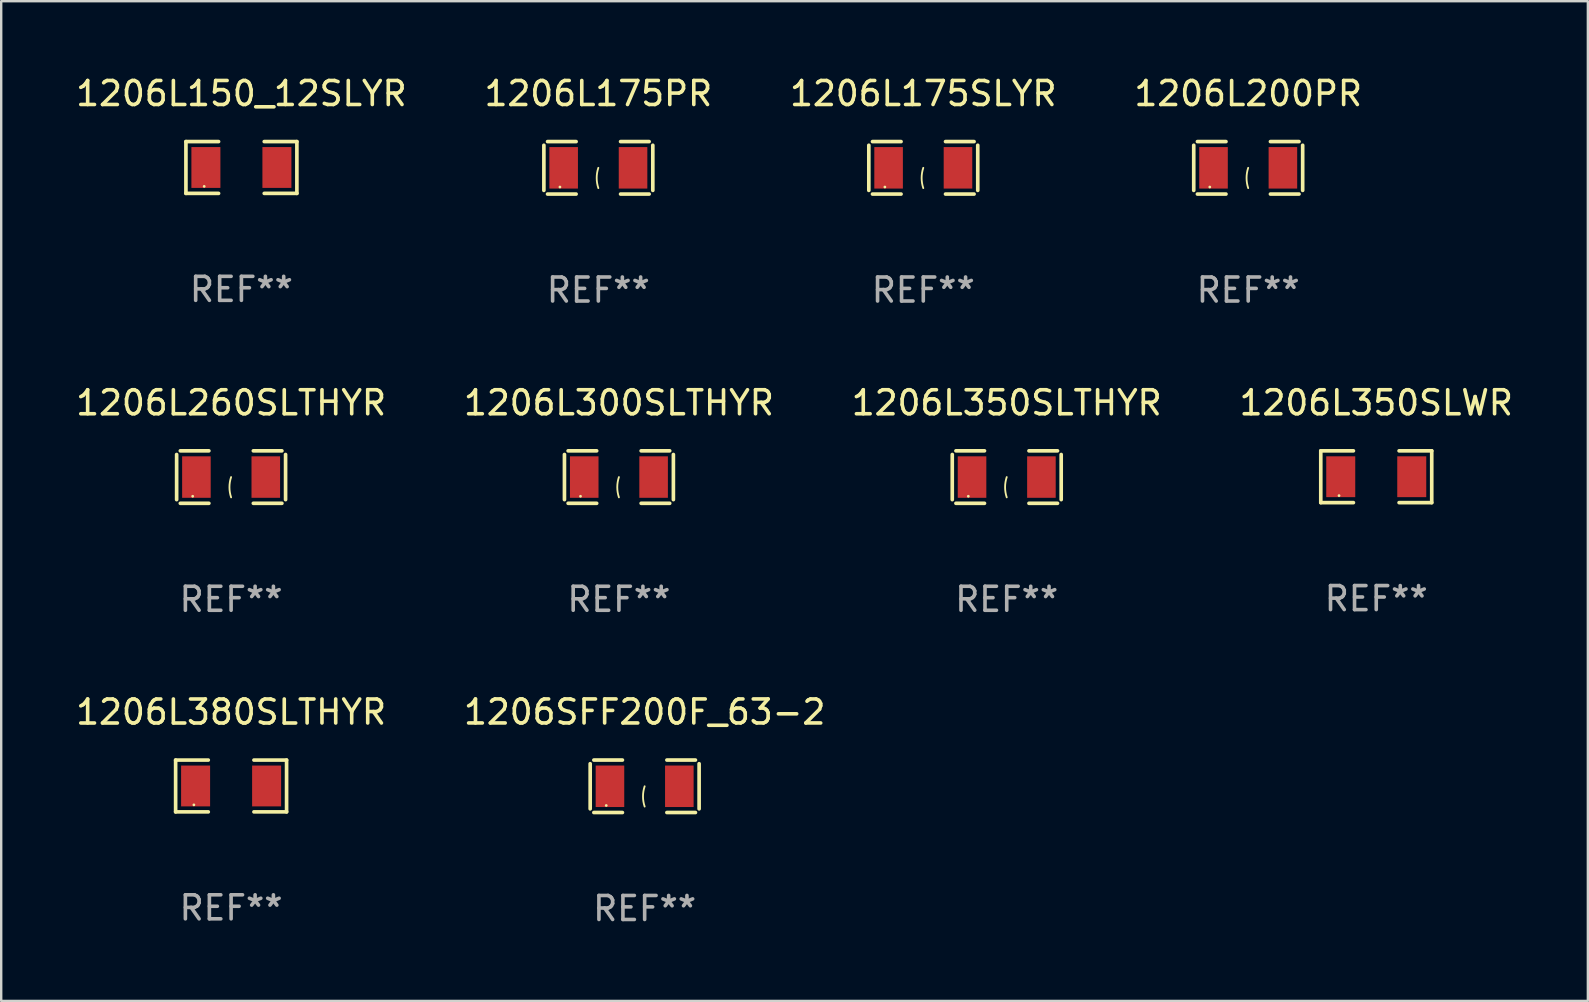
<source format=kicad_pcb>
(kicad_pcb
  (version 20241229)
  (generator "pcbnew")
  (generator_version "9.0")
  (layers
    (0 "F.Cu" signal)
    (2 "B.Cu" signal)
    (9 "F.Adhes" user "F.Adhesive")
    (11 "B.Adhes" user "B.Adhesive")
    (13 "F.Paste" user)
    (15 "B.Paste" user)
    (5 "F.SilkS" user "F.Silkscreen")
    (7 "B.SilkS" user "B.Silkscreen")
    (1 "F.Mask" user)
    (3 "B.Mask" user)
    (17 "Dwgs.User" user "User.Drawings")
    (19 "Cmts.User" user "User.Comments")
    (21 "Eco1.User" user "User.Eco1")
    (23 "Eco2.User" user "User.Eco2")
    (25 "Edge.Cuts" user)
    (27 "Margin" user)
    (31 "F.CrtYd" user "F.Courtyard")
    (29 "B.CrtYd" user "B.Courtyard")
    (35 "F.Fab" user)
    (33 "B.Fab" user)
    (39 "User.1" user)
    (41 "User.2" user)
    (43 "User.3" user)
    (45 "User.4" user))
  (footprint "1206L175SLYR"
    (layer "F.Cu")
    (at 35.411 3.941)
    (property "Reference" "1206L175SLYR" (at 0 -3.093 0) (layer "F.SilkS") (effects (font (size 1 1) (thickness 0.15))))
    (attr through_hole)
    (fp_line (start -2.269 -0.94) (end -2.269 0.94) (stroke (width 0.152) (type solid)) (layer "F.SilkS"))
    (fp_line (start -2.116 1.093) (end -0.926 1.093) (stroke (width 0.152) (type solid)) (layer "F.SilkS"))
    (fp_line (start -0.926 -1.093) (end -2.116 -1.093) (stroke (width 0.152) (type solid)) (layer "F.SilkS"))
    (fp_line (start 0.926 -1.093) (end 2.116 -1.093) (stroke (width 0.152) (type solid)) (layer "F.SilkS"))
    (fp_line (start 2.116 1.093) (end 0.926 1.093) (stroke (width 0.152) (type solid)) (layer "F.SilkS"))
    (fp_line (start 2.269 -0.94) (end 2.269 0.94) (stroke (width 0.152) (type solid)) (layer "F.SilkS"))
    (fp_arc (start 0 0.844951) (mid -0.068559 0.422475) (end 0 0) (stroke (width 0.0762) (type solid)) (layer "F.SilkS"))
    (fp_circle (center -1.6 0.8) (end -1.57 0.8) (stroke (width 0.06) (type solid)) (fill no) (layer "F.SilkS"))
    (fp_text user "REF**" (at 0 5.093 0) (layer "F.Fab") (effects (font (size 1 1) (thickness 0.15))))
    (pad "1" smd rect (at -1.445 0) (size 1.19 1.728) (layers "F.Cu" "F.Mask" "F.Paste"))
    (pad "2" smd rect (at 1.445 0) (size 1.19 1.728) (layers "F.Cu" "F.Mask" "F.Paste")))
  (footprint "1206L260SLTHYR"
    (layer "F.Cu")
    (at 6.577 16.823)
    (property "Reference" "1206L260SLTHYR" (at 0 -3.093 0) (layer "F.SilkS") (effects (font (size 1 1) (thickness 0.15))))
    (attr through_hole)
    (fp_line (start -2.269 -0.94) (end -2.269 0.94) (stroke (width 0.152) (type solid)) (layer "F.SilkS"))
    (fp_line (start -2.116 1.093) (end -0.926 1.093) (stroke (width 0.152) (type solid)) (layer "F.SilkS"))
    (fp_line (start -0.926 -1.093) (end -2.116 -1.093) (stroke (width 0.152) (type solid)) (layer "F.SilkS"))
    (fp_line (start 0.926 -1.093) (end 2.116 -1.093) (stroke (width 0.152) (type solid)) (layer "F.SilkS"))
    (fp_line (start 2.116 1.093) (end 0.926 1.093) (stroke (width 0.152) (type solid)) (layer "F.SilkS"))
    (fp_line (start 2.269 -0.94) (end 2.269 0.94) (stroke (width 0.152) (type solid)) (layer "F.SilkS"))
    (fp_arc (start 0 0.844951) (mid -0.068559 0.422475) (end 0 0) (stroke (width 0.0762) (type solid)) (layer "F.SilkS"))
    (fp_circle (center -1.6 0.8) (end -1.57 0.8) (stroke (width 0.06) (type solid)) (fill no) (layer "F.SilkS"))
    (fp_text user "REF**" (at 0 5.093 0) (layer "F.Fab") (effects (font (size 1 1) (thickness 0.15))))
    (pad "1" smd rect (at -1.445 0) (size 1.19 1.728) (layers "F.Cu" "F.Mask" "F.Paste"))
    (pad "2" smd rect (at 1.445 0) (size 1.19 1.728) (layers "F.Cu" "F.Mask" "F.Paste")))
  (footprint "1206L150_12SLYR"
    (layer "F.Cu")
    (at 7.006 3.927)
    (property "Reference" "1206L150_12SLYR" (at 0 -3.079 0) (layer "F.SilkS") (effects (font (size 1 1) (thickness 0.15))))
    (attr through_hole)
    (fp_line (start -2.311 -1.079) (end -0.951 -1.079) (stroke (width 0.152) (type solid)) (layer "F.SilkS"))
    (fp_line (start -2.311 1.079) (end -2.311 -1.079) (stroke (width 0.152) (type solid)) (layer "F.SilkS"))
    (fp_line (start -0.951 1.079) (end -2.311 1.079) (stroke (width 0.152) (type solid)) (layer "F.SilkS"))
    (fp_line (start 0.951 1.079) (end 2.311 1.079) (stroke (width 0.152) (type solid)) (layer "F.SilkS"))
    (fp_line (start 2.311 -1.079) (end 0.951 -1.079) (stroke (width 0.152) (type solid)) (layer "F.SilkS"))
    (fp_line (start 2.311 1.079) (end 2.311 -1.079) (stroke (width 0.152) (type solid)) (layer "F.SilkS"))
    (fp_circle (center -1.55 0.787) (end -1.52 0.787) (stroke (width 0.06) (type solid)) (fill no) (layer "F.SilkS"))
    (fp_text user "REF**" (at 0 5.079 0) (layer "F.Fab") (effects (font (size 1 1) (thickness 0.15))))
    (pad "1" smd rect (at -1.479 0) (size 1.208 1.701) (layers "F.Cu" "F.Mask" "F.Paste"))
    (pad "2" smd rect (at 1.479 0) (size 1.208 1.701) (layers "F.Cu" "F.Mask" "F.Paste")))
  (footprint "1206L300SLTHYR"
    (layer "F.Cu")
    (at 22.732 16.823)
    (property "Reference" "1206L300SLTHYR" (at 0 -3.093 0) (layer "F.SilkS") (effects (font (size 1 1) (thickness 0.15))))
    (attr through_hole)
    (fp_line (start -2.269 -0.94) (end -2.269 0.94) (stroke (width 0.152) (type solid)) (layer "F.SilkS"))
    (fp_line (start -2.116 1.093) (end -0.926 1.093) (stroke (width 0.152) (type solid)) (layer "F.SilkS"))
    (fp_line (start -0.926 -1.093) (end -2.116 -1.093) (stroke (width 0.152) (type solid)) (layer "F.SilkS"))
    (fp_line (start 0.926 -1.093) (end 2.116 -1.093) (stroke (width 0.152) (type solid)) (layer "F.SilkS"))
    (fp_line (start 2.116 1.093) (end 0.926 1.093) (stroke (width 0.152) (type solid)) (layer "F.SilkS"))
    (fp_line (start 2.269 -0.94) (end 2.269 0.94) (stroke (width 0.152) (type solid)) (layer "F.SilkS"))
    (fp_arc (start 0 0.844951) (mid -0.068559 0.422475) (end 0 0) (stroke (width 0.0762) (type solid)) (layer "F.SilkS"))
    (fp_circle (center -1.6 0.8) (end -1.57 0.8) (stroke (width 0.06) (type solid)) (fill no) (layer "F.SilkS"))
    (fp_text user "REF**" (at 0 5.093 0) (layer "F.Fab") (effects (font (size 1 1) (thickness 0.15))))
    (pad "1" smd rect (at -1.445 0) (size 1.19 1.728) (layers "F.Cu" "F.Mask" "F.Paste"))
    (pad "2" smd rect (at 1.445 0) (size 1.19 1.728) (layers "F.Cu" "F.Mask" "F.Paste")))
  (footprint "1206SFF200F_63-2"
    (layer "F.Cu")
    (at 23.804 29.704)
    (property "Reference" "1206SFF200F_63-2" (at 0 -3.093 0) (layer "F.SilkS") (effects (font (size 1 1) (thickness 0.15))))
    (attr through_hole)
    (fp_line (start -2.269 -0.94) (end -2.269 0.94) (stroke (width 0.152) (type solid)) (layer "F.SilkS"))
    (fp_line (start -2.116 1.093) (end -0.926 1.093) (stroke (width 0.152) (type solid)) (layer "F.SilkS"))
    (fp_line (start -0.926 -1.093) (end -2.116 -1.093) (stroke (width 0.152) (type solid)) (layer "F.SilkS"))
    (fp_line (start 0.926 -1.093) (end 2.116 -1.093) (stroke (width 0.152) (type solid)) (layer "F.SilkS"))
    (fp_line (start 2.116 1.093) (end 0.926 1.093) (stroke (width 0.152) (type solid)) (layer "F.SilkS"))
    (fp_line (start 2.269 -0.94) (end 2.269 0.94) (stroke (width 0.152) (type solid)) (layer "F.SilkS"))
    (fp_arc (start 0 0.844951) (mid -0.068559 0.422475) (end 0 0) (stroke (width 0.0762) (type solid)) (layer "F.SilkS"))
    (fp_circle (center -1.6 0.8) (end -1.57 0.8) (stroke (width 0.06) (type solid)) (fill no) (layer "F.SilkS"))
    (fp_text user "REF**" (at 0 5.093 0) (layer "F.Fab") (effects (font (size 1 1) (thickness 0.15))))
    (pad "1" smd rect (at -1.445 0) (size 1.19 1.728) (layers "F.Cu" "F.Mask" "F.Paste"))
    (pad "2" smd rect (at 1.445 0) (size 1.19 1.728) (layers "F.Cu" "F.Mask" "F.Paste")))
  (footprint "1206L175PR"
    (layer "F.Cu")
    (at 21.875 3.941)
    (property "Reference" "1206L175PR" (at 0 -3.093 0) (layer "F.SilkS") (effects (font (size 1 1) (thickness 0.15))))
    (attr through_hole)
    (fp_line (start -2.269 -0.94) (end -2.269 0.94) (stroke (width 0.152) (type solid)) (layer "F.SilkS"))
    (fp_line (start -2.116 1.093) (end -0.926 1.093) (stroke (width 0.152) (type solid)) (layer "F.SilkS"))
    (fp_line (start -0.926 -1.093) (end -2.116 -1.093) (stroke (width 0.152) (type solid)) (layer "F.SilkS"))
    (fp_line (start 0.926 -1.093) (end 2.116 -1.093) (stroke (width 0.152) (type solid)) (layer "F.SilkS"))
    (fp_line (start 2.116 1.093) (end 0.926 1.093) (stroke (width 0.152) (type solid)) (layer "F.SilkS"))
    (fp_line (start 2.269 -0.94) (end 2.269 0.94) (stroke (width 0.152) (type solid)) (layer "F.SilkS"))
    (fp_arc (start 0 0.844951) (mid -0.068559 0.422475) (end 0 0) (stroke (width 0.0762) (type solid)) (layer "F.SilkS"))
    (fp_circle (center -1.6 0.8) (end -1.57 0.8) (stroke (width 0.06) (type solid)) (fill no) (layer "F.SilkS"))
    (fp_text user "REF**" (at 0 5.093 0) (layer "F.Fab") (effects (font (size 1 1) (thickness 0.15))))
    (pad "1" smd rect (at -1.445 0) (size 1.19 1.728) (layers "F.Cu" "F.Mask" "F.Paste"))
    (pad "2" smd rect (at 1.445 0) (size 1.19 1.728) (layers "F.Cu" "F.Mask" "F.Paste")))
  (footprint "1206L350SLTHYR"
    (layer "F.Cu")
    (at 38.887 16.823)
    (property "Reference" "1206L350SLTHYR" (at 0 -3.093 0) (layer "F.SilkS") (effects (font (size 1 1) (thickness 0.15))))
    (attr through_hole)
    (fp_line (start -2.269 -0.94) (end -2.269 0.94) (stroke (width 0.152) (type solid)) (layer "F.SilkS"))
    (fp_line (start -2.116 1.093) (end -0.926 1.093) (stroke (width 0.152) (type solid)) (layer "F.SilkS"))
    (fp_line (start -0.926 -1.093) (end -2.116 -1.093) (stroke (width 0.152) (type solid)) (layer "F.SilkS"))
    (fp_line (start 0.926 -1.093) (end 2.116 -1.093) (stroke (width 0.152) (type solid)) (layer "F.SilkS"))
    (fp_line (start 2.116 1.093) (end 0.926 1.093) (stroke (width 0.152) (type solid)) (layer "F.SilkS"))
    (fp_line (start 2.269 -0.94) (end 2.269 0.94) (stroke (width 0.152) (type solid)) (layer "F.SilkS"))
    (fp_arc (start 0 0.844951) (mid -0.068559 0.422475) (end 0 0) (stroke (width 0.0762) (type solid)) (layer "F.SilkS"))
    (fp_circle (center -1.6 0.8) (end -1.57 0.8) (stroke (width 0.06) (type solid)) (fill no) (layer "F.SilkS"))
    (fp_text user "REF**" (at 0 5.093 0) (layer "F.Fab") (effects (font (size 1 1) (thickness 0.15))))
    (pad "1" smd rect (at -1.445 0) (size 1.19 1.728) (layers "F.Cu" "F.Mask" "F.Paste"))
    (pad "2" smd rect (at 1.445 0) (size 1.19 1.728) (layers "F.Cu" "F.Mask" "F.Paste")))
  (footprint "1206L350SLWR"
    (layer "F.Cu")
    (at 54.28 16.809)
    (property "Reference" "1206L350SLWR" (at 0 -3.079 0) (layer "F.SilkS") (effects (font (size 1 1) (thickness 0.15))))
    (attr through_hole)
    (fp_line (start -2.311 -1.079) (end -0.951 -1.079) (stroke (width 0.152) (type solid)) (layer "F.SilkS"))
    (fp_line (start -2.311 1.079) (end -2.311 -1.079) (stroke (width 0.152) (type solid)) (layer "F.SilkS"))
    (fp_line (start -0.951 1.079) (end -2.311 1.079) (stroke (width 0.152) (type solid)) (layer "F.SilkS"))
    (fp_line (start 0.951 1.079) (end 2.311 1.079) (stroke (width 0.152) (type solid)) (layer "F.SilkS"))
    (fp_line (start 2.311 -1.079) (end 0.951 -1.079) (stroke (width 0.152) (type solid)) (layer "F.SilkS"))
    (fp_line (start 2.311 1.079) (end 2.311 -1.079) (stroke (width 0.152) (type solid)) (layer "F.SilkS"))
    (fp_circle (center -1.55 0.787) (end -1.52 0.787) (stroke (width 0.06) (type solid)) (fill no) (layer "F.SilkS"))
    (fp_text user "REF**" (at 0 5.079 0) (layer "F.Fab") (effects (font (size 1 1) (thickness 0.15))))
    (pad "1" smd rect (at -1.479 0) (size 1.208 1.701) (layers "F.Cu" "F.Mask" "F.Paste"))
    (pad "2" smd rect (at 1.479 0) (size 1.208 1.701) (layers "F.Cu" "F.Mask" "F.Paste")))
  (footprint "1206L380SLTHYR"
    (layer "F.Cu")
    (at 6.577 29.691)
    (property "Reference" "1206L380SLTHYR" (at 0 -3.079 0) (layer "F.SilkS") (effects (font (size 1 1) (thickness 0.15))))
    (attr through_hole)
    (fp_line (start -2.311 -1.079) (end -0.951 -1.079) (stroke (width 0.152) (type solid)) (layer "F.SilkS"))
    (fp_line (start -2.311 1.079) (end -2.311 -1.079) (stroke (width 0.152) (type solid)) (layer "F.SilkS"))
    (fp_line (start -0.951 1.079) (end -2.311 1.079) (stroke (width 0.152) (type solid)) (layer "F.SilkS"))
    (fp_line (start 0.951 1.079) (end 2.311 1.079) (stroke (width 0.152) (type solid)) (layer "F.SilkS"))
    (fp_line (start 2.311 -1.079) (end 0.951 -1.079) (stroke (width 0.152) (type solid)) (layer "F.SilkS"))
    (fp_line (start 2.311 1.079) (end 2.311 -1.079) (stroke (width 0.152) (type solid)) (layer "F.SilkS"))
    (fp_circle (center -1.55 0.787) (end -1.52 0.787) (stroke (width 0.06) (type solid)) (fill no) (layer "F.SilkS"))
    (fp_text user "REF**" (at 0 5.079 0) (layer "F.Fab") (effects (font (size 1 1) (thickness 0.15))))
    (pad "1" smd rect (at -1.479 0) (size 1.208 1.701) (layers "F.Cu" "F.Mask" "F.Paste"))
    (pad "2" smd rect (at 1.479 0) (size 1.208 1.701) (layers "F.Cu" "F.Mask" "F.Paste")))
  (footprint "1206L200PR"
    (layer "F.Cu")
    (at 48.946 3.941)
    (property "Reference" "1206L200PR" (at 0 -3.093 0) (layer "F.SilkS") (effects (font (size 1 1) (thickness 0.15))))
    (attr through_hole)
    (fp_line (start -2.269 -0.94) (end -2.269 0.94) (stroke (width 0.152) (type solid)) (layer "F.SilkS"))
    (fp_line (start -2.116 1.093) (end -0.926 1.093) (stroke (width 0.152) (type solid)) (layer "F.SilkS"))
    (fp_line (start -0.926 -1.093) (end -2.116 -1.093) (stroke (width 0.152) (type solid)) (layer "F.SilkS"))
    (fp_line (start 0.926 -1.093) (end 2.116 -1.093) (stroke (width 0.152) (type solid)) (layer "F.SilkS"))
    (fp_line (start 2.116 1.093) (end 0.926 1.093) (stroke (width 0.152) (type solid)) (layer "F.SilkS"))
    (fp_line (start 2.269 -0.94) (end 2.269 0.94) (stroke (width 0.152) (type solid)) (layer "F.SilkS"))
    (fp_arc (start 0 0.844951) (mid -0.068559 0.422475) (end 0 0) (stroke (width 0.0762) (type solid)) (layer "F.SilkS"))
    (fp_circle (center -1.6 0.8) (end -1.57 0.8) (stroke (width 0.06) (type solid)) (fill no) (layer "F.SilkS"))
    (fp_text user "REF**" (at 0 5.093 0) (layer "F.Fab") (effects (font (size 1 1) (thickness 0.15))))
    (pad "1" smd rect (at -1.445 0) (size 1.19 1.728) (layers "F.Cu" "F.Mask" "F.Paste"))
    (pad "2" smd rect (at 1.445 0) (size 1.19 1.728) (layers "F.Cu" "F.Mask" "F.Paste")))
  (gr_rect
    (start -3 -3)
    (end 63.095 38.645)
    (stroke (width 0.1) (type default))
    (fill no)
    (layer "Edge.Cuts")))
</source>
